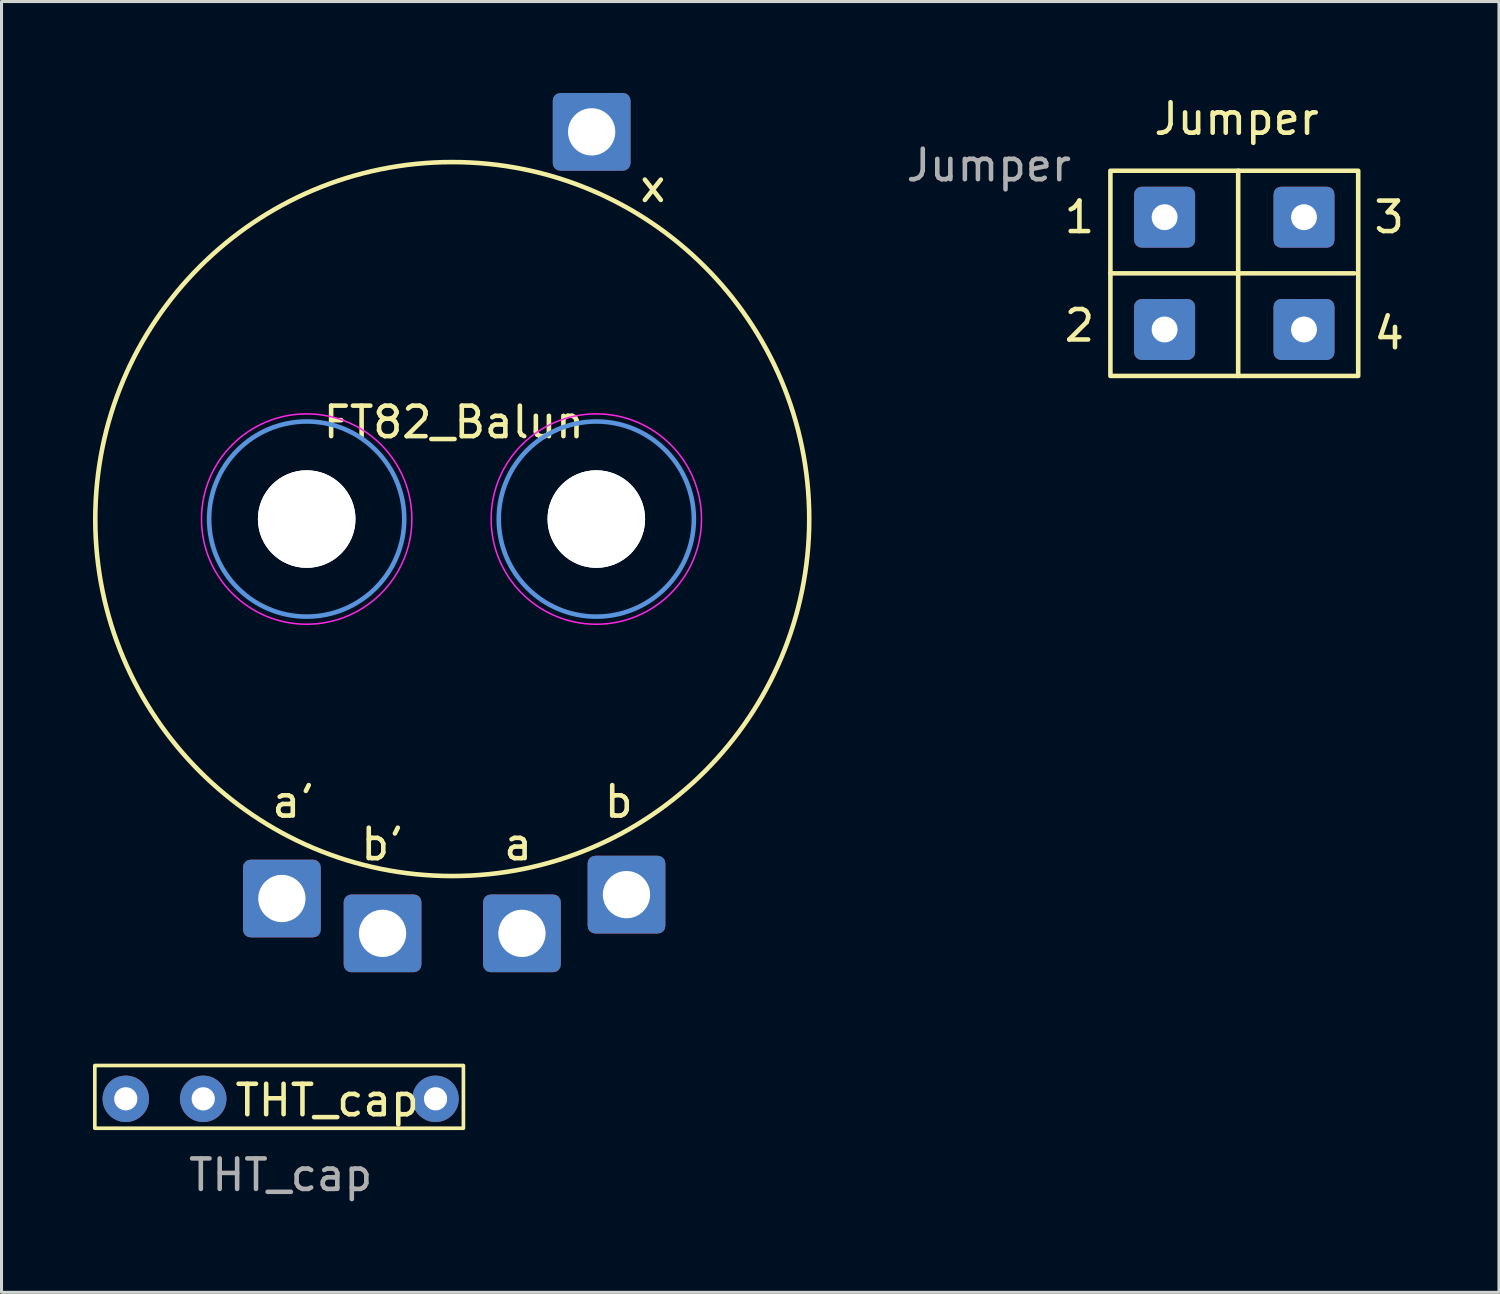
<source format=kicad_pcb>
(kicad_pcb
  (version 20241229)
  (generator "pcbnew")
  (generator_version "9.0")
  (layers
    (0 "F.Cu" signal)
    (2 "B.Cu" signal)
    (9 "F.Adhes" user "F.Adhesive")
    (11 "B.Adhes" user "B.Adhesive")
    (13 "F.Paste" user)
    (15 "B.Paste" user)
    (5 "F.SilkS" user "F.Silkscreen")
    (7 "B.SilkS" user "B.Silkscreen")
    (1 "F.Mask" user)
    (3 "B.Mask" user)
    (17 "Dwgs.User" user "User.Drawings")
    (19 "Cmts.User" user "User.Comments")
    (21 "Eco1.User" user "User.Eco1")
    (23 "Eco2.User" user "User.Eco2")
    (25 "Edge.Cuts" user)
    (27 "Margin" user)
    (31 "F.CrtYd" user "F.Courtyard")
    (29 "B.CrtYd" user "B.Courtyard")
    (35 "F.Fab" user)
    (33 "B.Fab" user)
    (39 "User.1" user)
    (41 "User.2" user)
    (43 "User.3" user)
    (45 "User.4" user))
  (footprint "FT82_Balun"
    (layer "F.Cu")
    (at 11.835 13.975)
    (property "Reference" "FT82_Balun" (at 0 -3.175 0) (unlocked yes) (layer "F.SilkS") (effects (font (size 1 1) (thickness 0.15))))
    (attr through_hole)
    (fp_circle (center -0.051 0) (end -2.591 11.43) (stroke (width 0.15) (type solid)) (fill no) (layer "F.SilkS"))
    (fp_circle (center -4.826 0) (end -1.626 0) (stroke (width 0.15) (type solid)) (fill no) (layer "Cmts.User"))
    (fp_circle (center 4.674 0) (end 7.874 0) (stroke (width 0.15) (type solid)) (fill no) (layer "Cmts.User"))
    (fp_circle (center -4.826 0) (end -1.376 0) (stroke (width 0.05) (type solid)) (fill no) (layer "F.CrtYd"))
    (fp_circle (center 4.674 0) (end 8.124 0) (stroke (width 0.05) (type solid)) (fill no) (layer "F.CrtYd"))
    (fp_text user "b'" (at -2.337 10.668 0) (layer "F.SilkS") (effects (font (size 1 1) (thickness 0.15))))
    (fp_text user "b" (at 5.41 9.271 0) (layer "F.SilkS") (effects (font (size 1 1) (thickness 0.15))))
    (fp_text user "a'" (at -5.258 9.271 0) (layer "F.SilkS") (effects (font (size 1 1) (thickness 0.15))))
    (fp_text user "a" (at 2.108 10.668 0) (layer "F.SilkS") (effects (font (size 1 1) (thickness 0.15))))
    (fp_text user "x" (at 6.528 -10.922 0) (layer "F.SilkS") (effects (font (size 1 1) (thickness 0.15))))
    (pad "" np_thru_hole circle (at -4.826 0) (size 3.2 3.2) (drill 3.2) (layers "*.Cu" "*.Mask"))
    (pad "" np_thru_hole circle (at -4.826 0) (size 3.2 3.2) (drill 3.2) (layers "*.Cu" "*.Mask"))
    (pad "" np_thru_hole circle (at 4.674 0) (size 3.2 3.2) (drill 3.2) (layers "*.Cu" "*.Mask"))
    (pad "" np_thru_hole circle (at 4.674 0) (size 3.2 3.2) (drill 3.2) (layers "*.Cu" "*.Mask"))
    (pad "1" thru_hole roundrect (at 2.235 13.589) (size 2.55 2.55) (drill 1.55) (layers "*.Cu" "*.Mask") (roundrect_rratio 0.098))
    (pad "2" thru_hole roundrect (at 5.664 12.319) (size 2.55 2.55) (drill 1.55) (layers "*.Cu" "*.Mask") (roundrect_rratio 0.098))
    (pad "3" thru_hole roundrect (at -5.639 12.446) (size 2.55 2.55) (drill 1.55) (layers "*.Cu" "*.Mask") (roundrect_rratio 0.098))
    (pad "4" thru_hole roundrect (at -2.337 13.589) (size 2.55 2.55) (drill 1.55) (layers "*.Cu" "*.Mask") (roundrect_rratio 0.098))
    (pad "5" thru_hole roundrect (at 4.521 -12.7) (size 2.55 2.55) (drill 1.55) (layers "*.Cu" "*.Mask") (roundrect_rratio 0.098)))
  (footprint "Jumper"
    (layer "F.Cu")
    (at 37.511 5.928)
    (property "Reference" "Jumper" (at 0 -5.08 0) (unlocked yes) (layer "F.SilkS") (effects (font (size 1 1) (thickness 0.15))))
    (attr through_hole)
    (fp_line (start -4.14 -0.013) (end 3.861 -0.013) (stroke (width 0.15) (type solid)) (layer "F.SilkS"))
    (fp_line (start 0.051 -3.378) (end 0.051 3.353) (stroke (width 0.15) (type solid)) (layer "F.SilkS"))
    (fp_rect (start -4.14 -3.378) (end 3.988 3.353) (stroke (width 0.15) (type solid)) (fill no) (layer "F.SilkS"))
    (fp_text user "3" (at 5.004 -1.854 0) (layer "F.SilkS") (effects (font (size 1 1) (thickness 0.15))))
    (fp_text user "4" (at 5.004 1.956 0) (layer "F.SilkS") (effects (font (size 1 1) (thickness 0.15))))
    (fp_text user "1" (at -5.156 -1.854 0) (layer "F.SilkS") (effects (font (size 1 1) (thickness 0.15))))
    (fp_text user "2" (at -5.156 1.702 0) (layer "F.SilkS") (effects (font (size 1 1) (thickness 0.15))))
    (fp_text user "${REFERENCE}" (at -8.128 -3.556 0) (unlocked yes) (layer "F.Fab") (effects (font (size 1 1) (thickness 0.15))))
    (pad "1" thru_hole roundrect (at -2.362 -1.854) (size 2 2) (drill 0.85) (layers "*.Cu" "*.Mask") (roundrect_rratio 0.125))
    (pad "2" thru_hole roundrect (at -2.362 1.829) (size 2 2) (drill 0.85) (layers "*.Cu" "*.Mask") (roundrect_rratio 0.125))
    (pad "3" thru_hole roundrect (at 2.21 -1.854) (size 2 2) (drill 0.85) (layers "*.Cu" "*.Mask") (roundrect_rratio 0.125))
    (pad "4" thru_hole roundrect (at 2.21 1.829) (size 2 2) (drill 0.85) (layers "*.Cu" "*.Mask") (roundrect_rratio 0.125)))
  (footprint "THT_cap"
    (layer "F.Cu")
    (at 6.156 32.991)
    (property "Reference" "THT_cap" (at 1.524 0.051 0) (unlocked yes) (layer "F.SilkS") (effects (font (size 1 1) (thickness 0.15))))
    (attr through_hole)
    (fp_rect (start -6.096 -1.092) (end 5.994 0.965) (stroke (width 0.12) (type solid)) (fill no) (layer "F.SilkS"))
    (fp_text user "${REFERENCE}" (at 0 2.5 0) (unlocked yes) (layer "F.Fab") (effects (font (size 1 1) (thickness 0.15))))
    (pad "1" thru_hole circle (at -5.08 0) (size 1.524 1.524) (drill 0.762) (layers "*.Cu" "*.Mask"))
    (pad "1" thru_hole circle (at -2.54 0) (size 1.524 1.524) (drill 0.762) (layers "*.Cu" "*.Mask"))
    (pad "2" thru_hole circle (at 5.08 0) (size 1.524 1.524) (drill 0.762) (layers "*.Cu" "*.Mask")))
  (gr_rect
    (start -3 -3)
    (end 46.116 39.339)
    (stroke (width 0.1) (type default))
    (fill no)
    (layer "Edge.Cuts")))
</source>
